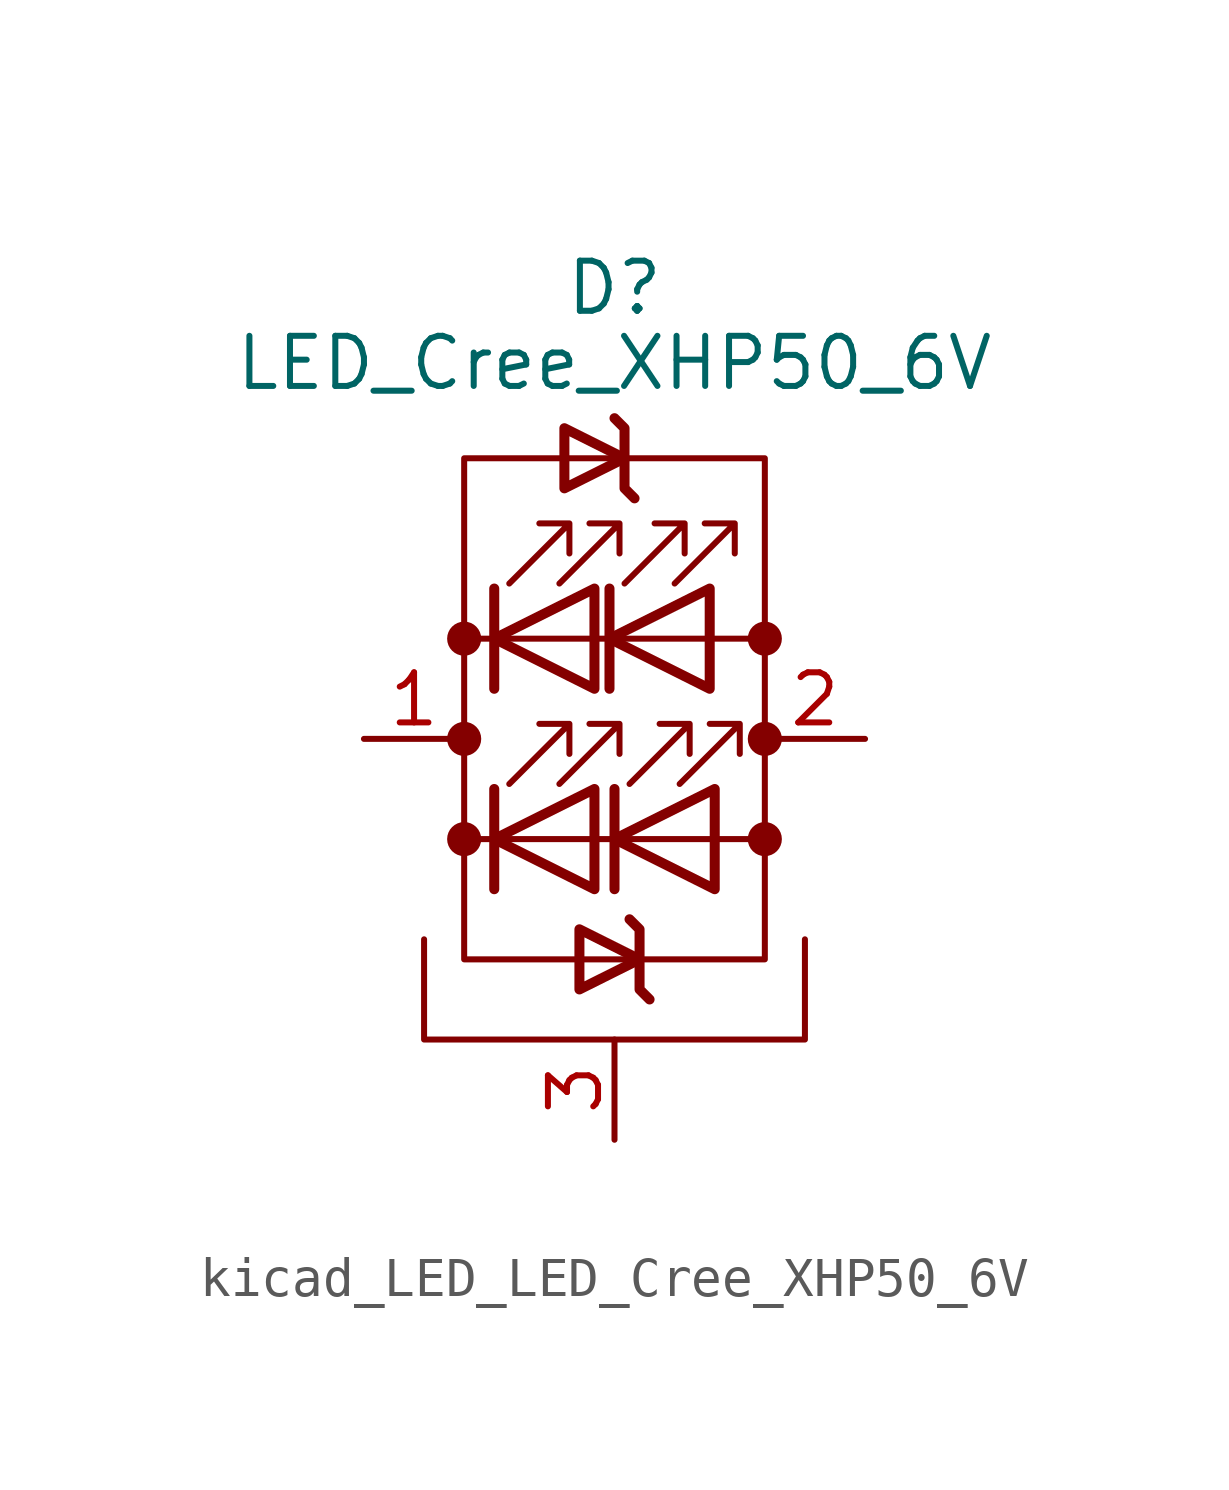
<source format=kicad_sym>
(kicad_symbol_lib
  (version 20220914)
  (generator kicad_symbol_editor)
  (symbol "kicad_LED_LED_Cree_XHP50_6V"
    (pin_names
      (offset 1.016) hide)
    (property "Reference" "D"
      (at 0 11.43 0)
      (effects (font (size 1.27 1.27))))
    (property "Value" "LED_Cree_XHP50_6V"
      (at 0 9.525 0)
      (effects (font (size 1.27 1.27))))
    (symbol "kicad_LED_LED_Cree_XHP50_6V_0_1"
      (circle (center -3.81 -2.54) (radius 0.356) (stroke (width 0) (type default)) (fill (type outline)))
      (circle (center -3.81 0) (radius 0.356) (stroke (width 0) (type default)) (fill (type outline)))
      (circle (center -3.81 2.54) (radius 0.356) (stroke (width 0) (type default)) (fill (type outline)))
      (polyline (pts (xy -3.81 -2.54) (xy 3.81 -2.54)) (stroke (width 0) (type default)) (fill (type none)))
      (polyline (pts (xy -3.048 -3.81) (xy -3.048 -1.27)) (stroke (width 0.254) (type default)) (fill (type none)))
      (polyline (pts (xy -3.048 1.27) (xy -3.048 3.81)) (stroke (width 0.254) (type default)) (fill (type none)))
      (polyline (pts (xy -0.127 1.27) (xy -0.127 3.81)) (stroke (width 0.254) (type default)) (fill (type none)))
      (polyline (pts (xy 0 -3.81) (xy 0 -1.27)) (stroke (width 0.254) (type default)) (fill (type none)))
      (polyline (pts (xy 3.81 2.54) (xy -3.81 2.54)) (stroke (width 0) (type default)) (fill (type none)))
      (polyline (pts (xy -4.826 -5.08) (xy -4.826 -7.62) (xy 4.826 -7.62) (xy 4.826 -5.08)) (stroke (width 0) (type default)) (fill (type none)))
      (polyline (pts (xy -0.508 -3.81) (xy -0.508 -1.27) (xy -3.048 -2.54) (xy -0.508 -3.81)) (stroke (width 0.254) (type default)) (fill (type none)))
      (polyline (pts (xy -0.508 1.27) (xy -0.508 3.81) (xy -3.048 2.54) (xy -0.508 1.27)) (stroke (width 0.254) (type default)) (fill (type none)))
      (polyline (pts (xy 0.508 6.096) (xy 0.254 6.35) (xy 0.254 7.874) (xy 0 8.128)) (stroke (width 0.254) (type default)) (fill (type none)))
      (polyline (pts (xy 0.889 -6.604) (xy 0.635 -6.35) (xy 0.635 -4.826) (xy 0.381 -4.572)) (stroke (width 0.254) (type default)) (fill (type none)))
      (polyline (pts (xy 2.413 1.27) (xy 2.413 3.81) (xy -0.127 2.54) (xy 2.413 1.27)) (stroke (width 0.254) (type default)) (fill (type none)))
      (polyline (pts (xy 2.54 -3.81) (xy 2.54 -1.27) (xy 0 -2.54) (xy 2.54 -3.81)) (stroke (width 0.254) (type default)) (fill (type none)))
      (polyline (pts (xy -3.81 -5.588) (xy -3.81 7.112) (xy 3.81 7.112) (xy 3.81 -5.588) (xy -3.81 -5.588)) (stroke (width 0) (type default)) (fill (type none)))
      (polyline (pts (xy -2.667 -1.143) (xy -1.143 0.381) (xy -1.905 0.381) (xy -1.143 0.381) (xy -1.143 -0.381)) (stroke (width 0) (type default)) (fill (type none)))
      (polyline (pts (xy -2.667 3.937) (xy -1.143 5.461) (xy -1.905 5.461) (xy -1.143 5.461) (xy -1.143 4.699)) (stroke (width 0) (type default)) (fill (type none)))
      (polyline (pts (xy -1.397 -1.143) (xy 0.127 0.381) (xy -0.635 0.381) (xy 0.127 0.381) (xy 0.127 -0.381)) (stroke (width 0) (type default)) (fill (type none)))
      (polyline (pts (xy -1.397 3.937) (xy 0.127 5.461) (xy -0.635 5.461) (xy 0.127 5.461) (xy 0.127 4.699)) (stroke (width 0) (type default)) (fill (type none)))
      (polyline (pts (xy -1.27 6.35) (xy -1.27 7.874) (xy 0.254 7.112) (xy -1.27 6.35) (xy -1.27 6.604)) (stroke (width 0.254) (type default)) (fill (type none)))
      (polyline (pts (xy -0.889 -6.35) (xy -0.889 -4.826) (xy 0.635 -5.588) (xy -0.889 -6.35) (xy -0.889 -6.096)) (stroke (width 0.254) (type default)) (fill (type none)))
      (polyline (pts (xy 0.254 3.937) (xy 1.778 5.461) (xy 1.016 5.461) (xy 1.778 5.461) (xy 1.778 4.699)) (stroke (width 0) (type default)) (fill (type none)))
      (polyline (pts (xy 0.381 -1.143) (xy 1.905 0.381) (xy 1.143 0.381) (xy 1.905 0.381) (xy 1.905 -0.381)) (stroke (width 0) (type default)) (fill (type none)))
      (polyline (pts (xy 1.524 3.937) (xy 3.048 5.461) (xy 2.286 5.461) (xy 3.048 5.461) (xy 3.048 4.699)) (stroke (width 0) (type default)) (fill (type none)))
      (polyline (pts (xy 1.651 -1.143) (xy 3.175 0.381) (xy 2.413 0.381) (xy 3.175 0.381) (xy 3.175 -0.381)) (stroke (width 0) (type default)) (fill (type none)))
      (circle (center 3.81 -2.54) (radius 0.356) (stroke (width 0) (type default)) (fill (type outline)))
      (circle (center 3.81 0) (radius 0.356) (stroke (width 0) (type default)) (fill (type outline)))
      (circle (center 3.81 2.54) (radius 0.356) (stroke (width 0) (type default)) (fill (type outline))))
    (symbol "kicad_LED_LED_Cree_XHP50_6V_1_1"
      (pin passive line (at -6.35 0 0) (length 2.54) (name "K" (effects (font (size 1.27 1.27)))) (number "1" (effects (font (size 1.27 1.27)))))
      (pin passive line (at 6.35 0 180) (length 2.54) (name "A" (effects (font (size 1.27 1.27)))) (number "2" (effects (font (size 1.27 1.27)))))
      (pin passive line (at 0 -10.16 90) (length 2.54) (name "PAD" (effects (font (size 1.27 1.27)))) (number "3" (effects (font (size 1.27 1.27))))))))
</source>
